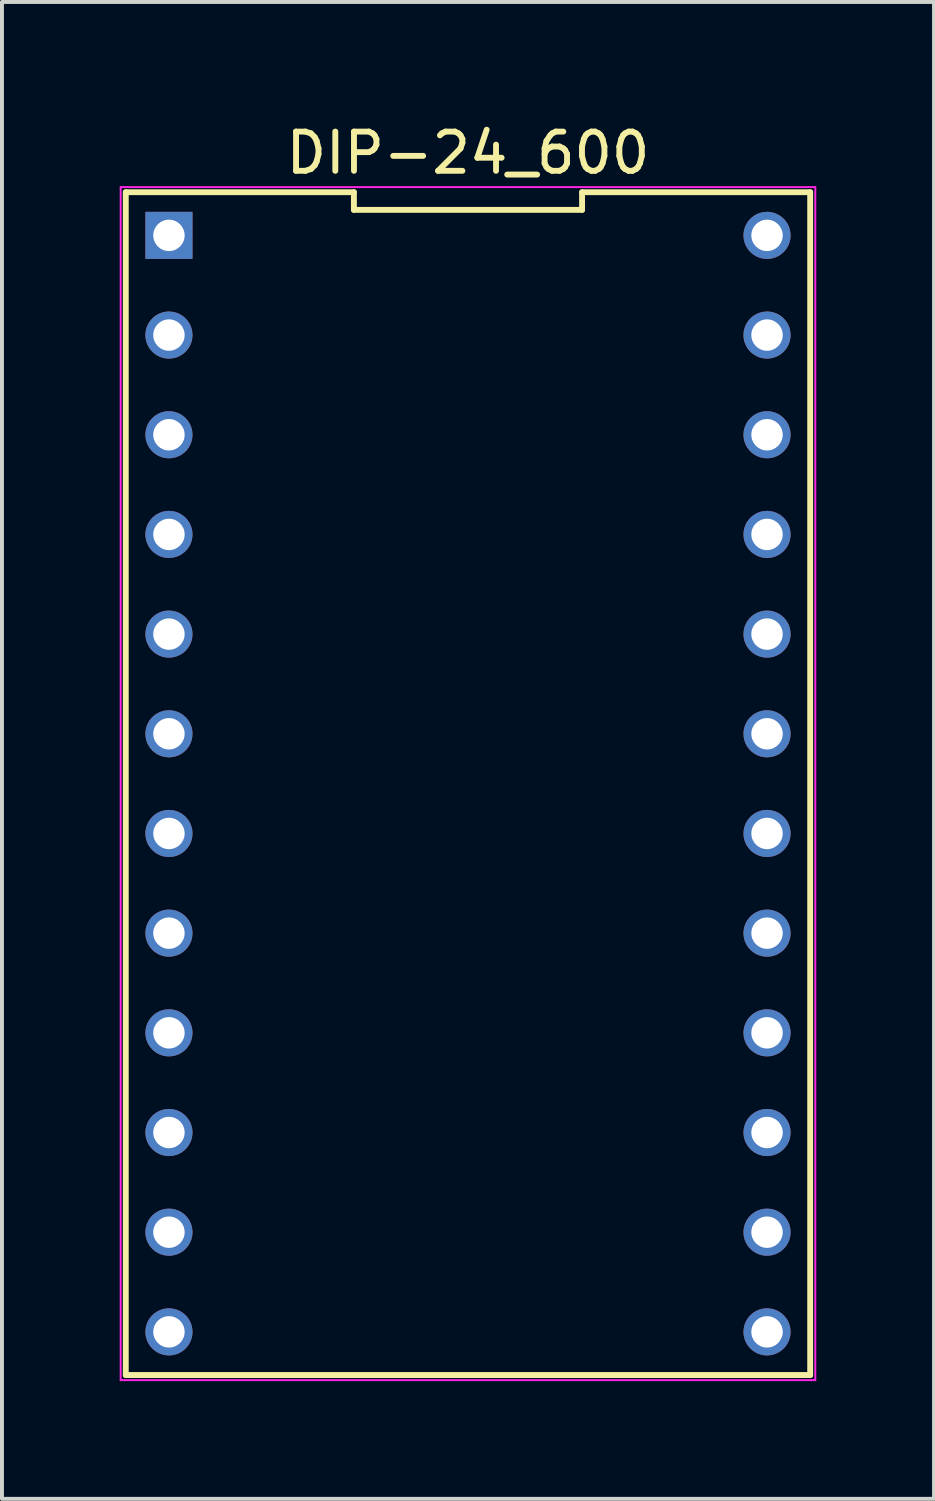
<source format=kicad_pcb>
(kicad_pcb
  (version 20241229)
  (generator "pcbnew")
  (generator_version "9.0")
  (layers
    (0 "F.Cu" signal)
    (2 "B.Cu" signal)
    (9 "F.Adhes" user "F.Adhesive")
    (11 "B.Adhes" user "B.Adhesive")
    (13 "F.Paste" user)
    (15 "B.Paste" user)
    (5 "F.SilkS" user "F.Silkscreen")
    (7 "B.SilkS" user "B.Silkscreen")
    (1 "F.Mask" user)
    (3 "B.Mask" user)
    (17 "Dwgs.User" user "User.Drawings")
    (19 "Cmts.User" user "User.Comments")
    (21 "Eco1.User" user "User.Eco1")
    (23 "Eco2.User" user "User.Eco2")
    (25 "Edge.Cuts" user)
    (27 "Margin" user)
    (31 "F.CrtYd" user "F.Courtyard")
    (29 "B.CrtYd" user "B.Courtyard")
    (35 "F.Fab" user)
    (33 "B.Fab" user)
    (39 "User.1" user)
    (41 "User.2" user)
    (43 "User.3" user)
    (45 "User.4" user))
  (footprint "DIP-24_600"
    (layer "F.Cu")
    (at 8.875 16.117)
    (property "Reference" "DIP-24_600" (at 0 -15.269 0) (layer "F.SilkS") (effects (font (size 1 1) (thickness 0.15))))
    (attr through_hole)
    (fp_line (start -8.72 -14.269) (end -8.72 15.871) (stroke (width 0.15) (type solid)) (layer "F.SilkS"))
    (fp_line (start -8.72 15.871) (end 8.72 15.871) (stroke (width 0.15) (type solid)) (layer "F.SilkS"))
    (fp_line (start -2.907 -14.269) (end -8.72 -14.269) (stroke (width 0.15) (type solid)) (layer "F.SilkS"))
    (fp_line (start -2.907 -13.819) (end -2.907 -14.269) (stroke (width 0.15) (type solid)) (layer "F.SilkS"))
    (fp_line (start 2.907 -14.269) (end 2.907 -13.819) (stroke (width 0.15) (type solid)) (layer "F.SilkS"))
    (fp_line (start 2.907 -13.819) (end -2.907 -13.819) (stroke (width 0.15) (type solid)) (layer "F.SilkS"))
    (fp_line (start 8.72 -14.269) (end 2.907 -14.269) (stroke (width 0.15) (type solid)) (layer "F.SilkS"))
    (fp_line (start 8.72 15.871) (end 8.72 -14.269) (stroke (width 0.15) (type solid)) (layer "F.SilkS"))
    (fp_line (start -8.85 -14.399) (end 8.85 -14.399) (stroke (width 0.05) (type solid)) (layer "F.CrtYd"))
    (fp_line (start -8.85 16.001) (end -8.85 -14.399) (stroke (width 0.05) (type solid)) (layer "F.CrtYd"))
    (fp_line (start 8.85 -14.399) (end 8.85 16.001) (stroke (width 0.05) (type solid)) (layer "F.CrtYd"))
    (fp_line (start 8.85 16.001) (end -8.85 16.001) (stroke (width 0.05) (type solid)) (layer "F.CrtYd"))
    (pad "1" thru_hole rect (at -7.62 -13.169 270) (size 1.2 1.2) (drill 0.8) (layers "*.Cu" "*.Mask"))
    (pad "2" thru_hole circle (at -7.62 -10.629 270) (size 1.2 1.2) (drill 0.8) (layers "*.Cu" "*.Mask"))
    (pad "3" thru_hole circle (at -7.62 -8.089 270) (size 1.2 1.2) (drill 0.8) (layers "*.Cu" "*.Mask"))
    (pad "4" thru_hole circle (at -7.62 -5.549 270) (size 1.2 1.2) (drill 0.8) (layers "*.Cu" "*.Mask"))
    (pad "5" thru_hole circle (at -7.62 -3.009 270) (size 1.2 1.2) (drill 0.8) (layers "*.Cu" "*.Mask"))
    (pad "6" thru_hole circle (at -7.62 -0.469 270) (size 1.2 1.2) (drill 0.8) (layers "*.Cu" "*.Mask"))
    (pad "7" thru_hole circle (at -7.62 2.071 270) (size 1.2 1.2) (drill 0.8) (layers "*.Cu" "*.Mask"))
    (pad "8" thru_hole circle (at -7.62 4.611 270) (size 1.2 1.2) (drill 0.8) (layers "*.Cu" "*.Mask"))
    (pad "9" thru_hole circle (at -7.62 7.151 270) (size 1.2 1.2) (drill 0.8) (layers "*.Cu" "*.Mask"))
    (pad "10" thru_hole circle (at -7.62 9.691 270) (size 1.2 1.2) (drill 0.8) (layers "*.Cu" "*.Mask"))
    (pad "11" thru_hole circle (at -7.62 12.231 270) (size 1.2 1.2) (drill 0.8) (layers "*.Cu" "*.Mask"))
    (pad "12" thru_hole circle (at -7.62 14.771 270) (size 1.2 1.2) (drill 0.8) (layers "*.Cu" "*.Mask"))
    (pad "13" thru_hole circle (at 7.62 14.771 270) (size 1.2 1.2) (drill 0.8) (layers "*.Cu" "*.Mask"))
    (pad "14" thru_hole circle (at 7.62 12.231 270) (size 1.2 1.2) (drill 0.8) (layers "*.Cu" "*.Mask"))
    (pad "15" thru_hole circle (at 7.62 9.691 270) (size 1.2 1.2) (drill 0.8) (layers "*.Cu" "*.Mask"))
    (pad "16" thru_hole circle (at 7.62 7.151 270) (size 1.2 1.2) (drill 0.8) (layers "*.Cu" "*.Mask"))
    (pad "17" thru_hole circle (at 7.62 4.611 270) (size 1.2 1.2) (drill 0.8) (layers "*.Cu" "*.Mask"))
    (pad "18" thru_hole circle (at 7.62 2.071 270) (size 1.2 1.2) (drill 0.8) (layers "*.Cu" "*.Mask"))
    (pad "19" thru_hole circle (at 7.62 -0.469 270) (size 1.2 1.2) (drill 0.8) (layers "*.Cu" "*.Mask"))
    (pad "20" thru_hole circle (at 7.62 -3.009 270) (size 1.2 1.2) (drill 0.8) (layers "*.Cu" "*.Mask"))
    (pad "21" thru_hole circle (at 7.62 -5.549 270) (size 1.2 1.2) (drill 0.8) (layers "*.Cu" "*.Mask"))
    (pad "22" thru_hole circle (at 7.62 -8.089 270) (size 1.2 1.2) (drill 0.8) (layers "*.Cu" "*.Mask"))
    (pad "23" thru_hole circle (at 7.62 -10.629 270) (size 1.2 1.2) (drill 0.8) (layers "*.Cu" "*.Mask"))
    (pad "24" thru_hole circle (at 7.62 -13.169 270) (size 1.2 1.2) (drill 0.8) (layers "*.Cu" "*.Mask")))
  (gr_rect
    (start -3 -3)
    (end 20.75 35.143)
    (stroke (width 0.1) (type default))
    (fill no)
    (layer "Edge.Cuts")))
</source>
